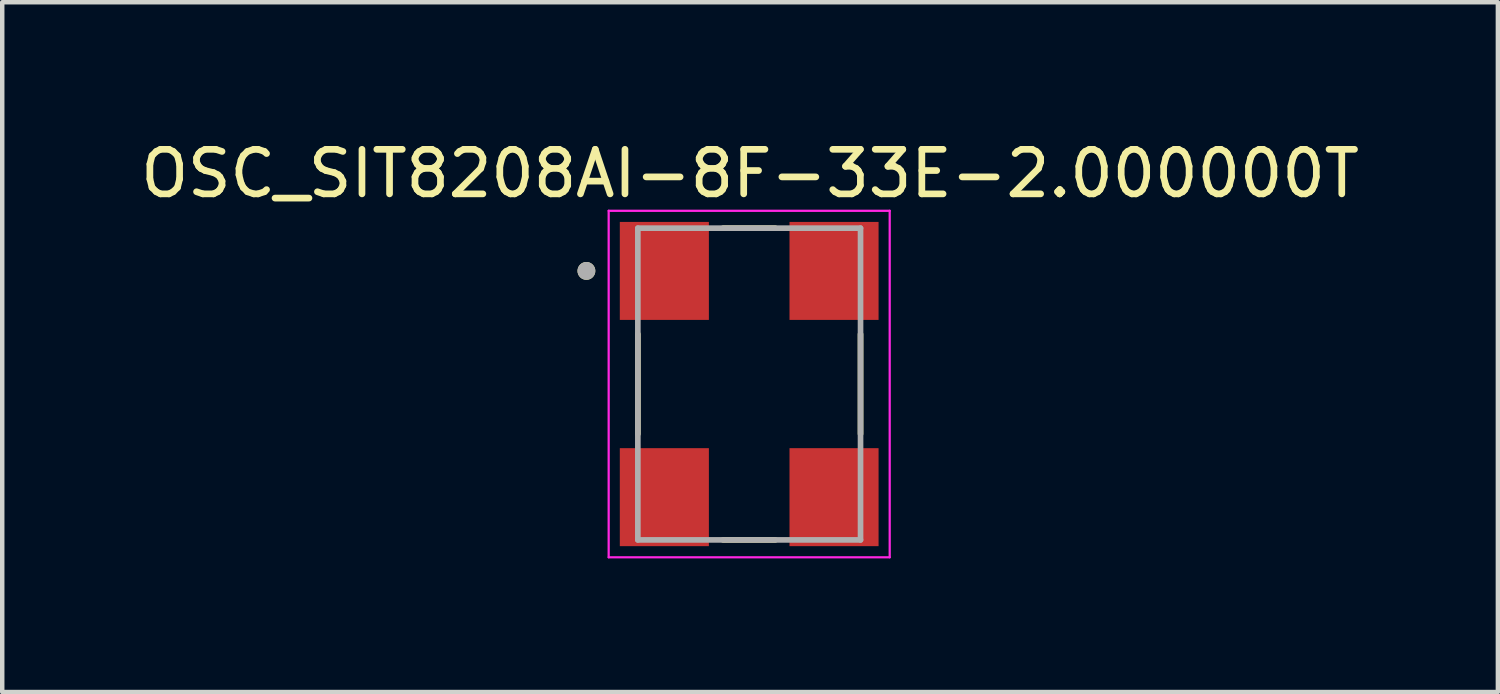
<source format=kicad_pcb>
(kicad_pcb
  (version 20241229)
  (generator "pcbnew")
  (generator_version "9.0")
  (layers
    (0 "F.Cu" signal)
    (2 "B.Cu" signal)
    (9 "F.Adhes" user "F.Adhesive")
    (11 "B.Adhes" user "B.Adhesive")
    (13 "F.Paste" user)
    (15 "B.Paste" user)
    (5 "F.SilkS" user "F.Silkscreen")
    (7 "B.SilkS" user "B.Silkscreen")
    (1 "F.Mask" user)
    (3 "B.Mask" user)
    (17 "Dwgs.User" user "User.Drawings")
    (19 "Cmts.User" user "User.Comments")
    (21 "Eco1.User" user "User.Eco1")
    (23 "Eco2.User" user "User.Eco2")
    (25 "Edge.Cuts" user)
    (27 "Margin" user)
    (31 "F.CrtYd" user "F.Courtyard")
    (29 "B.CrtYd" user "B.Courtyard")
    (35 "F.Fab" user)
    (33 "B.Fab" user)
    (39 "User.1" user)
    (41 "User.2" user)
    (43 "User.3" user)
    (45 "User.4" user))
  (footprint "OSC_SIT8208AI-8F-33E-2.000000T"
    (layer "F.Cu")
    (at 13.772 5.573)
    (property "Reference" "OSC_SIT8208AI-8F-33E-2.000000T" (at 0.02 -4.725 0) (layer "F.SilkS") (effects (font (size 1 1) (thickness 0.15))))
    (attr smd)
    (fp_line (start -2.5 -1.12) (end -2.5 1.12) (stroke (width 0.127) (type solid)) (layer "F.SilkS"))
    (fp_line (start -0.585 -3.5) (end 0.585 -3.5) (stroke (width 0.127) (type solid)) (layer "F.SilkS"))
    (fp_line (start -0.585 3.5) (end 0.585 3.5) (stroke (width 0.127) (type solid)) (layer "F.SilkS"))
    (fp_line (start 2.5 -1.12) (end 2.5 1.12) (stroke (width 0.127) (type solid)) (layer "F.SilkS"))
    (fp_circle (center -3.655 -2.54) (end -3.555 -2.54) (stroke (width 0.2) (type solid)) (fill no) (layer "F.SilkS"))
    (fp_line (start -3.155 -3.89) (end -3.155 3.89) (stroke (width 0.05) (type solid)) (layer "F.CrtYd"))
    (fp_line (start -3.155 -3.89) (end 3.155 -3.89) (stroke (width 0.05) (type solid)) (layer "F.CrtYd"))
    (fp_line (start 3.155 -3.89) (end 3.155 3.89) (stroke (width 0.05) (type solid)) (layer "F.CrtYd"))
    (fp_line (start 3.155 3.89) (end -3.155 3.89) (stroke (width 0.05) (type solid)) (layer "F.CrtYd"))
    (fp_line (start -2.5 -3.5) (end -2.5 3.5) (stroke (width 0.127) (type solid)) (layer "F.Fab"))
    (fp_line (start -2.5 -3.5) (end 2.5 -3.5) (stroke (width 0.127) (type solid)) (layer "F.Fab"))
    (fp_line (start 2.5 -3.5) (end 2.5 3.5) (stroke (width 0.127) (type solid)) (layer "F.Fab"))
    (fp_line (start 2.5 3.5) (end -2.5 3.5) (stroke (width 0.127) (type solid)) (layer "F.Fab"))
    (fp_circle (center -3.655 -2.54) (end -3.555 -2.54) (stroke (width 0.2) (type solid)) (fill no) (layer "F.Fab"))
    (pad "1" smd rect (at -1.905 -2.54) (size 2 2.2) (layers "F.Cu" "F.Mask" "F.Paste"))
    (pad "2" smd rect (at -1.905 2.54) (size 2 2.2) (layers "F.Cu" "F.Mask" "F.Paste"))
    (pad "3" smd rect (at 1.905 2.54) (size 2 2.2) (layers "F.Cu" "F.Mask" "F.Paste"))
    (pad "4" smd rect (at 1.905 -2.54) (size 2 2.2) (layers "F.Cu" "F.Mask" "F.Paste")))
  (gr_rect
    (start -3 -3)
    (end 30.583 12.488)
    (stroke (width 0.1) (type default))
    (fill no)
    (layer "Edge.Cuts")))
</source>
